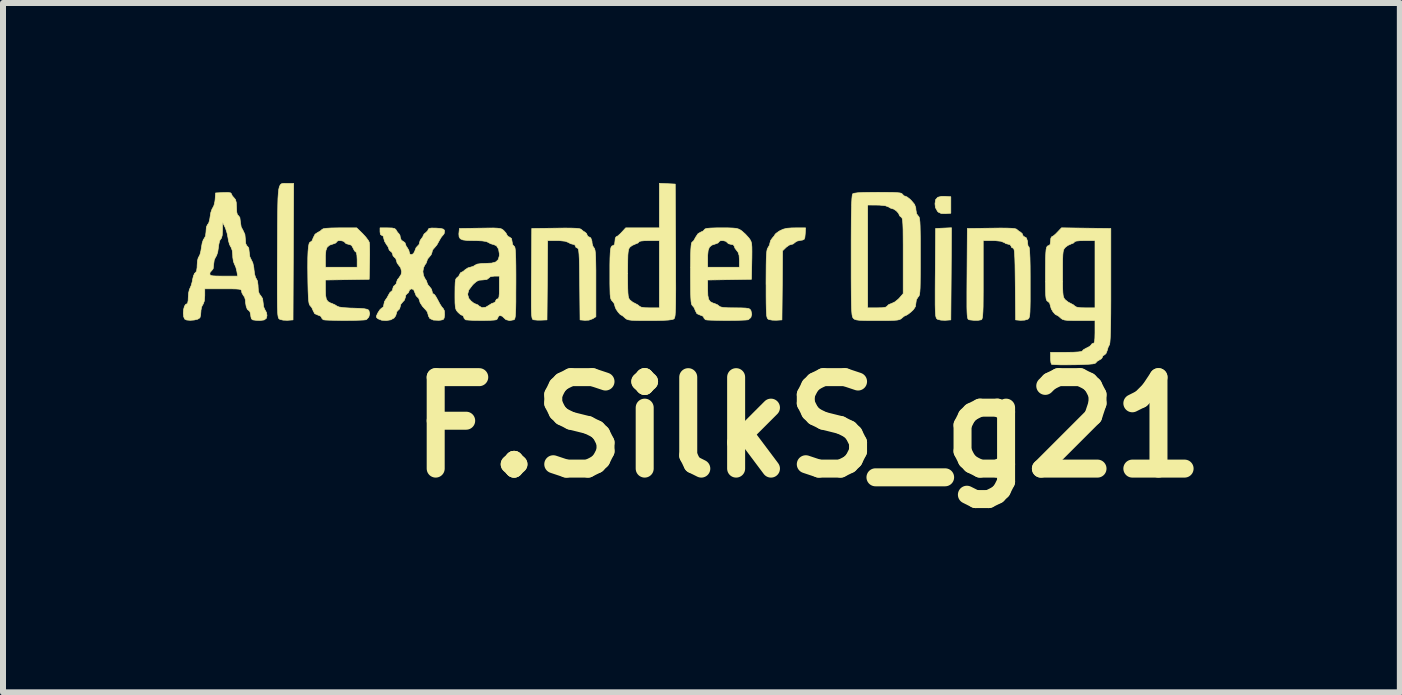
<source format=kicad_pcb>
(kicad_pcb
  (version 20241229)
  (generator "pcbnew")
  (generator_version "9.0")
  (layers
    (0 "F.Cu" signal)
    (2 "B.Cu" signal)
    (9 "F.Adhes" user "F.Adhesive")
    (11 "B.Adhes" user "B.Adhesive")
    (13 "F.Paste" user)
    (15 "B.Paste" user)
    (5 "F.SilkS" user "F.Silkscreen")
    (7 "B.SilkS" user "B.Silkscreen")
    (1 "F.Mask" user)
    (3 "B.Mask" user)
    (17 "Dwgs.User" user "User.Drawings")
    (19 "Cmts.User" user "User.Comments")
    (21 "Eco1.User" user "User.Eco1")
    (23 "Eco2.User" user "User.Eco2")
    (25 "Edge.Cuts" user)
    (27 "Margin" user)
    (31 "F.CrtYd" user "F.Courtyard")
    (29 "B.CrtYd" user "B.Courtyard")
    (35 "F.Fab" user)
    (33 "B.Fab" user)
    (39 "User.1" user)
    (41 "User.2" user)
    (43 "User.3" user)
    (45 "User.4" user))
  (footprint "F.SilkS_g21"
    (layer "F.Cu")
    (at 10.417 4.071)
    (property "Reference" "F.SilkS_g21" (at 0 0 0) (layer "F.SilkS") (effects (font (size 1.524 1.524) (thickness 0.3))))
    (attr through_hole)
    (fp_poly (pts (xy 2.292 -3.848) (xy 2.381 -3.842) (xy 2.381 -3.567) (xy 2.292 -3.56) (xy 2.222 -3.562) (xy 2.173 -3.585) (xy 2.16 -3.597) (xy 2.124 -3.662) (xy 2.117 -3.725) (xy 2.127 -3.793) (xy 2.163 -3.833) (xy 2.228 -3.849) (xy 2.292 -3.848)) (stroke (width 0.01) (type solid)) (fill yes) (layer "F.SilkS"))
    (fp_poly (pts (xy 2.387 -2.557) (xy 2.381 -1.789) (xy 2.286 -1.782) (xy 2.216 -1.785) (xy 2.162 -1.798) (xy 2.153 -1.804) (xy 2.143 -1.813) (xy 2.136 -1.829) (xy 2.129 -1.856) (xy 2.125 -1.897) (xy 2.122 -1.958) (xy 2.12 -2.042) (xy 2.12 -2.153) (xy 2.12 -2.296) (xy 2.121 -2.476) (xy 2.122 -2.572) (xy 2.127 -3.313) (xy 2.26 -3.319) (xy 2.392 -3.325) (xy 2.387 -2.557)) (stroke (width 0.01) (type solid)) (fill yes) (layer "F.SilkS"))
    (fp_poly (pts (xy -8.698 -4.064) (xy -8.673 -4.064) (xy -8.572 -4.064) (xy -8.578 -2.926) (xy -8.583 -1.789) (xy -8.678 -1.782) (xy -8.749 -1.785) (xy -8.802 -1.798) (xy -8.811 -1.804) (xy -8.82 -1.812) (xy -8.827 -1.825) (xy -8.832 -1.848) (xy -8.837 -1.882) (xy -8.84 -1.932) (xy -8.843 -2.002) (xy -8.844 -2.094) (xy -8.845 -2.212) (xy -8.845 -2.36) (xy -8.845 -2.541) (xy -8.844 -2.758) (xy -8.843 -2.927) (xy -8.842 -3.176) (xy -8.841 -3.386) (xy -8.839 -3.56) (xy -8.837 -3.701) (xy -8.834 -3.814) (xy -8.828 -3.9) (xy -8.821 -3.965) (xy -8.81 -4.01) (xy -8.796 -4.039) (xy -8.779 -4.056) (xy -8.757 -4.063) (xy -8.73 -4.065) (xy -8.698 -4.064)) (stroke (width 0.01) (type solid)) (fill yes) (layer "F.SilkS"))
    (fp_poly (pts (xy -0.046 -3.223) (xy -0.052 -3.162) (xy -0.065 -3.131) (xy -0.094 -3.119) (xy -0.127 -3.115) (xy -0.182 -3.102) (xy -0.216 -3.081) (xy -0.218 -3.078) (xy -0.251 -3.053) (xy -0.275 -3.048) (xy -0.317 -3.034) (xy -0.364 -2.999) (xy -0.369 -2.994) (xy -0.423 -2.941) (xy -0.428 -2.365) (xy -0.434 -1.789) (xy -0.529 -1.783) (xy -0.596 -1.785) (xy -0.649 -1.795) (xy -0.661 -1.8) (xy -0.673 -1.81) (xy -0.681 -1.827) (xy -0.688 -1.857) (xy -0.692 -1.905) (xy -0.695 -1.974) (xy -0.697 -2.071) (xy -0.698 -2.199) (xy -0.698 -2.365) (xy -0.699 -2.391) (xy -0.698 -2.566) (xy -0.697 -2.703) (xy -0.695 -2.807) (xy -0.691 -2.883) (xy -0.686 -2.935) (xy -0.679 -2.968) (xy -0.67 -2.988) (xy -0.667 -2.992) (xy -0.64 -3.039) (xy -0.635 -3.068) (xy -0.621 -3.115) (xy -0.593 -3.154) (xy -0.562 -3.19) (xy -0.55 -3.212) (xy -0.533 -3.231) (xy -0.491 -3.261) (xy -0.467 -3.276) (xy -0.412 -3.301) (xy -0.353 -3.316) (xy -0.274 -3.322) (xy -0.212 -3.323) (xy -0.04 -3.323) (xy -0.046 -3.223)) (stroke (width 0.01) (type solid)) (fill yes) (layer "F.SilkS"))
    (fp_poly (pts (xy -3.944 -3.319) (xy -3.866 -3.316) (xy -3.816 -3.311) (xy -3.787 -3.303) (xy -3.778 -3.296) (xy -3.74 -3.264) (xy -3.72 -3.254) (xy -3.689 -3.227) (xy -3.683 -3.207) (xy -3.667 -3.179) (xy -3.654 -3.175) (xy -3.62 -3.156) (xy -3.601 -3.104) (xy -3.598 -3.066) (xy -3.584 -3.016) (xy -3.567 -2.992) (xy -3.557 -2.976) (xy -3.549 -2.948) (xy -3.543 -2.903) (xy -3.539 -2.835) (xy -3.537 -2.741) (xy -3.535 -2.615) (xy -3.535 -2.453) (xy -3.535 -2.401) (xy -3.535 -1.842) (xy -3.586 -1.809) (xy -3.651 -1.785) (xy -3.718 -1.782) (xy -3.799 -1.789) (xy -3.805 -2.387) (xy -3.807 -2.564) (xy -3.809 -2.703) (xy -3.812 -2.809) (xy -3.816 -2.885) (xy -3.821 -2.936) (xy -3.827 -2.967) (xy -3.835 -2.982) (xy -3.842 -2.985) (xy -3.87 -3.001) (xy -3.873 -3.016) (xy -3.891 -3.043) (xy -3.912 -3.048) (xy -3.959 -3.06) (xy -3.991 -3.079) (xy -4.045 -3.1) (xy -4.139 -3.11) (xy -4.185 -3.111) (xy -4.339 -3.111) (xy -4.344 -2.45) (xy -4.35 -1.789) (xy -4.445 -1.785) (xy -4.512 -1.785) (xy -4.566 -1.79) (xy -4.578 -1.792) (xy -4.587 -1.797) (xy -4.595 -1.809) (xy -4.601 -1.831) (xy -4.606 -1.869) (xy -4.609 -1.925) (xy -4.611 -2.005) (xy -4.611 -2.112) (xy -4.611 -2.251) (xy -4.61 -2.425) (xy -4.609 -2.557) (xy -4.604 -3.313) (xy -4.202 -3.318) (xy -4.054 -3.32) (xy -3.944 -3.319)) (stroke (width 0.01) (type solid)) (fill yes) (layer "F.SilkS"))
    (fp_poly (pts (xy 3.316 -3.319) (xy 3.394 -3.316) (xy 3.444 -3.311) (xy 3.473 -3.303) (xy 3.482 -3.296) (xy 3.52 -3.264) (xy 3.54 -3.254) (xy 3.571 -3.227) (xy 3.577 -3.207) (xy 3.593 -3.179) (xy 3.607 -3.175) (xy 3.64 -3.156) (xy 3.659 -3.102) (xy 3.662 -3.057) (xy 3.669 -3.018) (xy 3.683 -3.006) (xy 3.69 -2.985) (xy 3.695 -2.923) (xy 3.7 -2.822) (xy 3.703 -2.684) (xy 3.704 -2.509) (xy 3.704 -2.414) (xy 3.704 -2.24) (xy 3.704 -2.104) (xy 3.702 -2) (xy 3.7 -1.925) (xy 3.696 -1.872) (xy 3.69 -1.838) (xy 3.682 -1.818) (xy 3.672 -1.806) (xy 3.661 -1.799) (xy 3.611 -1.785) (xy 3.546 -1.782) (xy 3.539 -1.782) (xy 3.461 -1.789) (xy 3.455 -2.387) (xy 3.453 -2.564) (xy 3.451 -2.703) (xy 3.448 -2.809) (xy 3.444 -2.885) (xy 3.44 -2.936) (xy 3.433 -2.967) (xy 3.425 -2.982) (xy 3.418 -2.985) (xy 3.39 -3.001) (xy 3.387 -3.016) (xy 3.369 -3.043) (xy 3.348 -3.048) (xy 3.301 -3.06) (xy 3.269 -3.079) (xy 3.215 -3.1) (xy 3.121 -3.11) (xy 3.074 -3.111) (xy 2.921 -3.111) (xy 2.921 -2.458) (xy 2.921 -2.272) (xy 2.92 -2.125) (xy 2.919 -2.011) (xy 2.916 -1.926) (xy 2.912 -1.866) (xy 2.907 -1.827) (xy 2.9 -1.804) (xy 2.892 -1.793) (xy 2.888 -1.791) (xy 2.836 -1.782) (xy 2.765 -1.782) (xy 2.697 -1.789) (xy 2.683 -1.793) (xy 2.673 -1.797) (xy 2.665 -1.809) (xy 2.659 -1.831) (xy 2.654 -1.869) (xy 2.651 -1.925) (xy 2.649 -2.005) (xy 2.649 -2.112) (xy 2.649 -2.25) (xy 2.65 -2.424) (xy 2.651 -2.557) (xy 2.656 -3.313) (xy 3.059 -3.318) (xy 3.206 -3.32) (xy 3.316 -3.319)) (stroke (width 0.01) (type solid)) (fill yes) (layer "F.SilkS"))
    (fp_poly (pts (xy -2.212 -4.053) (xy -2.206 -2.942) (xy -2.205 -2.696) (xy -2.205 -2.489) (xy -2.204 -2.317) (xy -2.205 -2.177) (xy -2.206 -2.066) (xy -2.208 -1.98) (xy -2.211 -1.916) (xy -2.214 -1.87) (xy -2.219 -1.839) (xy -2.225 -1.82) (xy -2.232 -1.808) (xy -2.237 -1.804) (xy -2.268 -1.794) (xy -2.33 -1.786) (xy -2.425 -1.781) (xy -2.558 -1.778) (xy -2.639 -1.778) (xy -2.773 -1.778) (xy -2.871 -1.78) (xy -2.94 -1.783) (xy -2.986 -1.789) (xy -3.017 -1.798) (xy -3.037 -1.811) (xy -3.048 -1.82) (xy -3.082 -1.851) (xy -3.1 -1.863) (xy -3.129 -1.879) (xy -3.165 -1.919) (xy -3.198 -1.967) (xy -3.216 -2.009) (xy -3.217 -2.018) (xy -3.233 -2.067) (xy -3.26 -2.101) (xy -3.274 -2.116) (xy -3.285 -2.137) (xy -3.293 -2.168) (xy -3.298 -2.218) (xy -3.3 -2.291) (xy -3.302 -2.393) (xy -3.302 -2.531) (xy -3.302 -2.549) (xy -3.302 -2.561) (xy -3.006 -2.561) (xy -3.005 -2.42) (xy -3.004 -2.315) (xy -3.001 -2.24) (xy -2.996 -2.188) (xy -2.988 -2.155) (xy -2.977 -2.133) (xy -2.965 -2.119) (xy -2.918 -2.082) (xy -2.883 -2.065) (xy -2.835 -2.039) (xy -2.814 -2.021) (xy -2.782 -2.002) (xy -2.72 -1.992) (xy -2.633 -1.99) (xy -2.477 -1.99) (xy -2.477 -3.111) (xy -2.646 -3.111) (xy -2.728 -3.109) (xy -2.787 -3.103) (xy -2.814 -3.093) (xy -2.815 -3.091) (xy -2.833 -3.071) (xy -2.871 -3.056) (xy -2.93 -3.03) (xy -2.966 -3.003) (xy -2.98 -2.985) (xy -2.99 -2.961) (xy -2.997 -2.923) (xy -3.002 -2.867) (xy -3.004 -2.784) (xy -3.005 -2.67) (xy -3.006 -2.561) (xy -3.302 -2.561) (xy -3.302 -2.704) (xy -3.3 -2.822) (xy -3.296 -2.907) (xy -3.291 -2.965) (xy -3.282 -3.001) (xy -3.269 -3.02) (xy -3.253 -3.027) (xy -3.247 -3.027) (xy -3.224 -3.046) (xy -3.217 -3.101) (xy -3.212 -3.15) (xy -3.198 -3.174) (xy -3.196 -3.175) (xy -3.169 -3.189) (xy -3.128 -3.226) (xy -3.106 -3.249) (xy -3.038 -3.323) (xy -2.477 -3.323) (xy -2.477 -4.066) (xy -2.212 -4.053)) (stroke (width 0.01) (type solid)) (fill yes) (layer "F.SilkS"))
    (fp_poly (pts (xy -7.422 -3.226) (xy -7.369 -3.168) (xy -7.329 -3.115) (xy -7.312 -3.083) (xy -7.308 -3.045) (xy -7.306 -2.975) (xy -7.305 -2.881) (xy -7.307 -2.773) (xy -7.307 -2.752) (xy -7.313 -2.466) (xy -8.043 -2.454) (xy -8.043 -2.295) (xy -8.04 -2.199) (xy -8.028 -2.136) (xy -8.003 -2.097) (xy -7.96 -2.072) (xy -7.937 -2.064) (xy -7.883 -2.04) (xy -7.852 -2.02) (xy -7.814 -2.004) (xy -7.738 -1.993) (xy -7.623 -1.986) (xy -7.579 -1.985) (xy -7.47 -1.981) (xy -7.395 -1.975) (xy -7.349 -1.966) (xy -7.324 -1.953) (xy -7.318 -1.945) (xy -7.305 -1.892) (xy -7.32 -1.837) (xy -7.356 -1.797) (xy -7.371 -1.791) (xy -7.409 -1.787) (xy -7.478 -1.784) (xy -7.571 -1.781) (xy -7.676 -1.78) (xy -7.785 -1.78) (xy -7.89 -1.782) (xy -7.98 -1.784) (xy -8.046 -1.787) (xy -8.08 -1.792) (xy -8.08 -1.792) (xy -8.105 -1.819) (xy -8.107 -1.83) (xy -8.125 -1.853) (xy -8.169 -1.87) (xy -8.17 -1.87) (xy -8.222 -1.893) (xy -8.247 -1.941) (xy -8.27 -1.994) (xy -8.296 -2.025) (xy -8.307 -2.039) (xy -8.316 -2.066) (xy -8.323 -2.112) (xy -8.328 -2.181) (xy -8.332 -2.279) (xy -8.335 -2.411) (xy -8.336 -2.48) (xy -8.338 -2.666) (xy -8.337 -2.814) (xy -8.337 -2.822) (xy -8.043 -2.822) (xy -8.043 -2.667) (xy -7.514 -2.667) (xy -7.514 -2.794) (xy -7.518 -2.866) (xy -7.527 -2.91) (xy -7.536 -2.921) (xy -7.558 -2.939) (xy -7.58 -2.982) (xy -7.581 -2.985) (xy -7.608 -3.033) (xy -7.65 -3.048) (xy -7.654 -3.048) (xy -7.699 -3.06) (xy -7.718 -3.08) (xy -7.742 -3.1) (xy -7.784 -3.11) (xy -7.827 -3.11) (xy -7.851 -3.097) (xy -7.853 -3.091) (xy -7.871 -3.071) (xy -7.911 -3.056) (xy -7.974 -3.035) (xy -8.014 -3.001) (xy -8.035 -2.946) (xy -8.043 -2.862) (xy -8.043 -2.822) (xy -8.337 -2.822) (xy -8.333 -2.926) (xy -8.326 -3.006) (xy -8.316 -3.058) (xy -8.302 -3.084) (xy -8.288 -3.09) (xy -8.265 -3.109) (xy -8.248 -3.153) (xy -8.248 -3.154) (xy -8.216 -3.217) (xy -8.176 -3.244) (xy -8.128 -3.271) (xy -8.1 -3.296) (xy -8.079 -3.308) (xy -8.029 -3.316) (xy -7.947 -3.321) (xy -7.828 -3.323) (xy -7.802 -3.323) (xy -7.521 -3.323) (xy -7.422 -3.226)) (stroke (width 0.01) (type solid)) (fill yes) (layer "F.SilkS"))
    (fp_poly (pts (xy -1.331 -3.323) (xy -1.251 -3.32) (xy -1.196 -3.315) (xy -1.158 -3.304) (xy -1.126 -3.288) (xy -1.103 -3.272) (xy -1.042 -3.218) (xy -0.986 -3.156) (xy -0.982 -3.151) (xy -0.962 -3.122) (xy -0.948 -3.093) (xy -0.939 -3.056) (xy -0.935 -3.004) (xy -0.934 -2.928) (xy -0.935 -2.82) (xy -0.936 -2.773) (xy -0.942 -2.466) (xy -1.672 -2.454) (xy -1.672 -2.295) (xy -1.669 -2.197) (xy -1.656 -2.133) (xy -1.629 -2.093) (xy -1.584 -2.07) (xy -1.559 -2.063) (xy -1.508 -2.041) (xy -1.48 -2.019) (xy -1.456 -2.005) (xy -1.409 -1.996) (xy -1.332 -1.991) (xy -1.218 -1.99) (xy -1.215 -1.99) (xy -1.111 -1.989) (xy -1.04 -1.986) (xy -0.996 -1.98) (xy -0.971 -1.97) (xy -0.956 -1.953) (xy -0.951 -1.945) (xy -0.937 -1.884) (xy -0.952 -1.829) (xy -0.992 -1.794) (xy -1 -1.791) (xy -1.038 -1.787) (xy -1.107 -1.784) (xy -1.199 -1.781) (xy -1.305 -1.78) (xy -1.414 -1.78) (xy -1.519 -1.782) (xy -1.609 -1.784) (xy -1.675 -1.787) (xy -1.709 -1.792) (xy -1.709 -1.792) (xy -1.734 -1.819) (xy -1.736 -1.83) (xy -1.754 -1.853) (xy -1.798 -1.87) (xy -1.799 -1.87) (xy -1.851 -1.893) (xy -1.876 -1.941) (xy -1.898 -1.994) (xy -1.924 -2.025) (xy -1.935 -2.038) (xy -1.943 -2.061) (xy -1.949 -2.101) (xy -1.953 -2.161) (xy -1.956 -2.247) (xy -1.957 -2.365) (xy -1.958 -2.518) (xy -1.958 -2.563) (xy -1.957 -2.732) (xy -1.956 -2.822) (xy -1.672 -2.822) (xy -1.672 -2.667) (xy -1.143 -2.667) (xy -1.143 -2.783) (xy -1.148 -2.864) (xy -1.165 -2.916) (xy -1.185 -2.942) (xy -1.217 -2.984) (xy -1.228 -3.016) (xy -1.246 -3.042) (xy -1.281 -3.048) (xy -1.326 -3.059) (xy -1.347 -3.08) (xy -1.371 -3.1) (xy -1.413 -3.11) (xy -1.455 -3.11) (xy -1.48 -3.097) (xy -1.482 -3.091) (xy -1.5 -3.071) (xy -1.54 -3.056) (xy -1.603 -3.035) (xy -1.643 -3.001) (xy -1.664 -2.946) (xy -1.672 -2.862) (xy -1.672 -2.822) (xy -1.956 -2.822) (xy -1.956 -2.863) (xy -1.953 -2.959) (xy -1.948 -3.025) (xy -1.942 -3.065) (xy -1.934 -3.084) (xy -1.931 -3.085) (xy -1.905 -3.109) (xy -1.878 -3.157) (xy -1.874 -3.166) (xy -1.833 -3.226) (xy -1.792 -3.25) (xy -1.747 -3.271) (xy -1.727 -3.293) (xy -1.714 -3.306) (xy -1.68 -3.315) (xy -1.62 -3.32) (xy -1.528 -3.323) (xy -1.444 -3.323) (xy -1.331 -3.323)) (stroke (width 0.01) (type solid)) (fill yes) (layer "F.SilkS"))
    (fp_poly (pts (xy 1.308 -3.915) (xy 1.413 -3.914) (xy 1.486 -3.91) (xy 1.534 -3.905) (xy 1.561 -3.897) (xy 1.573 -3.886) (xy 1.574 -3.884) (xy 1.602 -3.856) (xy 1.619 -3.852) (xy 1.652 -3.838) (xy 1.699 -3.802) (xy 1.725 -3.776) (xy 1.776 -3.715) (xy 1.797 -3.658) (xy 1.799 -3.625) (xy 1.811 -3.557) (xy 1.836 -3.523) (xy 1.847 -3.512) (xy 1.855 -3.495) (xy 1.861 -3.465) (xy 1.866 -3.419) (xy 1.869 -3.353) (xy 1.871 -3.261) (xy 1.873 -3.139) (xy 1.873 -2.983) (xy 1.873 -2.847) (xy 1.873 -2.663) (xy 1.872 -2.517) (xy 1.871 -2.404) (xy 1.869 -2.32) (xy 1.865 -2.259) (xy 1.86 -2.219) (xy 1.853 -2.193) (xy 1.844 -2.178) (xy 1.836 -2.171) (xy 1.807 -2.125) (xy 1.799 -2.069) (xy 1.791 -2.012) (xy 1.76 -1.963) (xy 1.724 -1.928) (xy 1.676 -1.889) (xy 1.639 -1.866) (xy 1.629 -1.863) (xy 1.6 -1.849) (xy 1.566 -1.82) (xy 1.548 -1.805) (xy 1.524 -1.794) (xy 1.488 -1.786) (xy 1.434 -1.782) (xy 1.354 -1.779) (xy 1.242 -1.778) (xy 1.157 -1.778) (xy 1.022 -1.778) (xy 0.924 -1.78) (xy 0.854 -1.783) (xy 0.808 -1.789) (xy 0.779 -1.798) (xy 0.76 -1.811) (xy 0.755 -1.817) (xy 0.747 -1.829) (xy 0.74 -1.848) (xy 0.734 -1.879) (xy 0.73 -1.924) (xy 0.726 -1.987) (xy 0.726 -1.99) (xy 0.995 -1.99) (xy 1.151 -1.99) (xy 1.24 -1.992) (xy 1.294 -2.001) (xy 1.318 -2.016) (xy 1.319 -2.019) (xy 1.346 -2.045) (xy 1.393 -2.063) (xy 1.445 -2.087) (xy 1.502 -2.132) (xy 1.521 -2.151) (xy 1.587 -2.227) (xy 1.587 -2.857) (xy 1.587 -3.04) (xy 1.586 -3.185) (xy 1.585 -3.296) (xy 1.582 -3.378) (xy 1.578 -3.435) (xy 1.572 -3.472) (xy 1.565 -3.492) (xy 1.556 -3.5) (xy 1.528 -3.523) (xy 1.524 -3.534) (xy 1.508 -3.568) (xy 1.472 -3.607) (xy 1.431 -3.635) (xy 1.412 -3.641) (xy 1.374 -3.653) (xy 1.343 -3.672) (xy 1.289 -3.692) (xy 1.195 -3.702) (xy 1.148 -3.703) (xy 0.995 -3.704) (xy 0.995 -1.99) (xy 0.726 -1.99) (xy 0.724 -2.071) (xy 0.722 -2.182) (xy 0.721 -2.321) (xy 0.72 -2.493) (xy 0.72 -2.701) (xy 0.72 -2.86) (xy 0.72 -3.109) (xy 0.721 -3.318) (xy 0.722 -3.491) (xy 0.725 -3.628) (xy 0.728 -3.734) (xy 0.732 -3.811) (xy 0.737 -3.86) (xy 0.743 -3.886) (xy 0.745 -3.89) (xy 0.771 -3.9) (xy 0.829 -3.908) (xy 0.921 -3.913) (xy 1.051 -3.915) (xy 1.166 -3.916) (xy 1.308 -3.915)) (stroke (width 0.01) (type solid)) (fill yes) (layer "F.SilkS"))
    (fp_poly (pts (xy 4.637 -3.318) (xy 5.048 -3.313) (xy 5.048 -2.358) (xy 5.048 -2.107) (xy 5.047 -1.896) (xy 5.045 -1.724) (xy 5.042 -1.589) (xy 5.038 -1.488) (xy 5.033 -1.419) (xy 5.028 -1.382) (xy 5.024 -1.374) (xy 5.003 -1.333) (xy 4.986 -1.275) (xy 4.986 -1.275) (xy 4.967 -1.228) (xy 4.943 -1.207) (xy 4.941 -1.206) (xy 4.914 -1.189) (xy 4.911 -1.174) (xy 4.893 -1.143) (xy 4.86 -1.123) (xy 4.818 -1.098) (xy 4.8 -1.076) (xy 4.786 -1.065) (xy 4.749 -1.056) (xy 4.683 -1.05) (xy 4.586 -1.045) (xy 4.451 -1.041) (xy 4.432 -1.041) (xy 4.313 -1.04) (xy 4.209 -1.04) (xy 4.127 -1.043) (xy 4.074 -1.046) (xy 4.058 -1.05) (xy 4.049 -1.079) (xy 4.043 -1.134) (xy 4.043 -1.157) (xy 4.043 -1.249) (xy 4.307 -1.249) (xy 4.42 -1.25) (xy 4.505 -1.255) (xy 4.557 -1.262) (xy 4.572 -1.27) (xy 4.59 -1.291) (xy 4.633 -1.316) (xy 4.646 -1.322) (xy 4.694 -1.347) (xy 4.719 -1.37) (xy 4.72 -1.375) (xy 4.737 -1.394) (xy 4.752 -1.397) (xy 4.767 -1.404) (xy 4.777 -1.432) (xy 4.782 -1.486) (xy 4.784 -1.574) (xy 4.784 -1.587) (xy 4.784 -1.778) (xy 4.519 -1.778) (xy 4.407 -1.779) (xy 4.329 -1.781) (xy 4.277 -1.787) (xy 4.244 -1.797) (xy 4.22 -1.813) (xy 4.212 -1.82) (xy 4.177 -1.851) (xy 4.157 -1.863) (xy 4.123 -1.88) (xy 4.085 -1.922) (xy 4.055 -1.973) (xy 4.043 -2.015) (xy 4.027 -2.072) (xy 4 -2.095) (xy 3.986 -2.105) (xy 3.975 -2.121) (xy 3.968 -2.149) (xy 3.963 -2.194) (xy 3.96 -2.262) (xy 3.959 -2.359) (xy 3.958 -2.491) (xy 3.958 -2.539) (xy 3.958 -2.561) (xy 4.244 -2.561) (xy 4.244 -2.561) (xy 4.244 -2.423) (xy 4.245 -2.321) (xy 4.248 -2.248) (xy 4.253 -2.198) (xy 4.261 -2.166) (xy 4.273 -2.143) (xy 4.288 -2.125) (xy 4.289 -2.124) (xy 4.337 -2.086) (xy 4.377 -2.065) (xy 4.426 -2.039) (xy 4.446 -2.021) (xy 4.478 -2.002) (xy 4.54 -1.992) (xy 4.628 -1.99) (xy 4.784 -1.99) (xy 4.784 -3.111) (xy 4.614 -3.111) (xy 4.533 -3.109) (xy 4.473 -3.103) (xy 4.446 -3.093) (xy 4.445 -3.091) (xy 4.427 -3.071) (xy 4.389 -3.056) (xy 4.331 -3.03) (xy 4.288 -2.997) (xy 4.273 -2.979) (xy 4.261 -2.957) (xy 4.253 -2.924) (xy 4.248 -2.875) (xy 4.245 -2.802) (xy 4.244 -2.7) (xy 4.244 -2.561) (xy 3.958 -2.561) (xy 3.959 -2.696) (xy 3.96 -2.815) (xy 3.964 -2.903) (xy 3.969 -2.962) (xy 3.978 -2.999) (xy 3.99 -3.019) (xy 4.006 -3.026) (xy 4.013 -3.027) (xy 4.036 -3.046) (xy 4.043 -3.101) (xy 4.048 -3.15) (xy 4.061 -3.174) (xy 4.064 -3.175) (xy 4.09 -3.189) (xy 4.132 -3.225) (xy 4.156 -3.25) (xy 4.226 -3.324) (xy 4.637 -3.318)) (stroke (width 0.01) (type solid)) (fill yes) (layer "F.SilkS"))
    (fp_poly (pts (xy -5.178 -3.318) (xy -5.134 -3.313) (xy -5.105 -3.304) (xy -5.084 -3.29) (xy -5.068 -3.276) (xy -5.033 -3.236) (xy -5.017 -3.205) (xy -5.017 -3.204) (xy -4.999 -3.18) (xy -4.974 -3.169) (xy -4.941 -3.145) (xy -4.932 -3.095) (xy -4.922 -3.043) (xy -4.9 -3.019) (xy -4.891 -3.011) (xy -4.883 -2.99) (xy -4.878 -2.952) (xy -4.874 -2.894) (xy -4.871 -2.81) (xy -4.869 -2.696) (xy -4.868 -2.548) (xy -4.868 -2.405) (xy -4.869 -2.228) (xy -4.869 -2.089) (xy -4.871 -1.982) (xy -4.874 -1.905) (xy -4.878 -1.852) (xy -4.884 -1.818) (xy -4.892 -1.799) (xy -4.901 -1.791) (xy -4.902 -1.791) (xy -4.973 -1.778) (xy -5.034 -1.793) (xy -5.064 -1.82) (xy -5.096 -1.851) (xy -5.134 -1.862) (xy -5.16 -1.85) (xy -5.165 -1.833) (xy -5.182 -1.801) (xy -5.198 -1.791) (xy -5.233 -1.786) (xy -5.299 -1.782) (xy -5.385 -1.78) (xy -5.479 -1.78) (xy -5.57 -1.781) (xy -5.646 -1.785) (xy -5.697 -1.789) (xy -5.71 -1.792) (xy -5.734 -1.82) (xy -5.736 -1.833) (xy -5.75 -1.86) (xy -5.76 -1.863) (xy -5.79 -1.877) (xy -5.83 -1.912) (xy -5.834 -1.917) (xy -5.856 -1.942) (xy -5.87 -1.971) (xy -5.878 -2.011) (xy -5.883 -2.071) (xy -5.884 -2.16) (xy -5.884 -2.215) (xy -5.673 -2.215) (xy -5.653 -2.148) (xy -5.617 -2.105) (xy -5.573 -2.07) (xy -5.538 -2.053) (xy -5.535 -2.053) (xy -5.5 -2.038) (xy -5.482 -2.021) (xy -5.434 -1.993) (xy -5.372 -2) (xy -5.319 -2.032) (xy -5.272 -2.062) (xy -5.236 -2.074) (xy -5.236 -2.074) (xy -5.21 -2.091) (xy -5.207 -2.106) (xy -5.19 -2.134) (xy -5.175 -2.138) (xy -5.16 -2.145) (xy -5.15 -2.172) (xy -5.145 -2.226) (xy -5.144 -2.314) (xy -5.144 -2.328) (xy -5.144 -2.519) (xy -5.226 -2.519) (xy -5.292 -2.51) (xy -5.32 -2.487) (xy -5.352 -2.463) (xy -5.421 -2.455) (xy -5.479 -2.451) (xy -5.524 -2.431) (xy -5.574 -2.388) (xy -5.591 -2.37) (xy -5.653 -2.288) (xy -5.673 -2.215) (xy -5.884 -2.215) (xy -5.884 -2.224) (xy -5.883 -2.336) (xy -5.88 -2.412) (xy -5.873 -2.459) (xy -5.862 -2.483) (xy -5.853 -2.49) (xy -5.821 -2.518) (xy -5.81 -2.542) (xy -5.791 -2.575) (xy -5.777 -2.582) (xy -5.749 -2.596) (xy -5.715 -2.625) (xy -5.668 -2.656) (xy -5.629 -2.667) (xy -5.578 -2.682) (xy -5.553 -2.699) (xy -5.513 -2.719) (xy -5.44 -2.729) (xy -5.375 -2.731) (xy -5.271 -2.736) (xy -5.202 -2.756) (xy -5.162 -2.795) (xy -5.145 -2.856) (xy -5.144 -2.891) (xy -5.157 -2.969) (xy -5.192 -3.024) (xy -5.245 -3.048) (xy -5.252 -3.048) (xy -5.293 -3.06) (xy -5.325 -3.079) (xy -5.364 -3.096) (xy -5.431 -3.106) (xy -5.533 -3.111) (xy -5.57 -3.111) (xy -5.678 -3.113) (xy -5.752 -3.122) (xy -5.795 -3.141) (xy -5.815 -3.174) (xy -5.819 -3.222) (xy -5.817 -3.242) (xy -5.81 -3.313) (xy -5.465 -3.318) (xy -5.336 -3.32) (xy -5.243 -3.321) (xy -5.178 -3.318)) (stroke (width 0.01) (type solid)) (fill yes) (layer "F.SilkS"))
    (fp_poly (pts (xy -6.931 -3.321) (xy -6.888 -3.311) (xy -6.867 -3.293) (xy -6.864 -3.286) (xy -6.838 -3.245) (xy -6.823 -3.232) (xy -6.801 -3.2) (xy -6.795 -3.165) (xy -6.778 -3.117) (xy -6.752 -3.101) (xy -6.718 -3.077) (xy -6.71 -3.056) (xy -6.696 -3.015) (xy -6.678 -2.992) (xy -6.652 -2.947) (xy -6.646 -2.919) (xy -6.634 -2.884) (xy -6.607 -2.876) (xy -6.575 -2.895) (xy -6.553 -2.937) (xy -6.551 -2.944) (xy -6.532 -2.993) (xy -6.507 -3.02) (xy -6.507 -3.02) (xy -6.481 -3.048) (xy -6.477 -3.07) (xy -6.463 -3.116) (xy -6.445 -3.14) (xy -6.419 -3.176) (xy -6.413 -3.194) (xy -6.397 -3.222) (xy -6.371 -3.243) (xy -6.338 -3.275) (xy -6.329 -3.298) (xy -6.317 -3.313) (xy -6.275 -3.32) (xy -6.199 -3.319) (xy -6.197 -3.319) (xy -6.122 -3.313) (xy -6.08 -3.303) (xy -6.061 -3.286) (xy -6.057 -3.272) (xy -6.064 -3.227) (xy -6.078 -3.208) (xy -6.109 -3.172) (xy -6.133 -3.133) (xy -6.185 -3.039) (xy -6.23 -2.985) (xy -6.239 -2.978) (xy -6.261 -2.945) (xy -6.265 -2.92) (xy -6.281 -2.875) (xy -6.308 -2.842) (xy -6.34 -2.804) (xy -6.35 -2.775) (xy -6.363 -2.736) (xy -6.384 -2.707) (xy -6.407 -2.661) (xy -6.418 -2.599) (xy -6.418 -2.593) (xy -6.409 -2.531) (xy -6.386 -2.482) (xy -6.384 -2.479) (xy -6.357 -2.437) (xy -6.35 -2.411) (xy -6.335 -2.375) (xy -6.308 -2.344) (xy -6.275 -2.301) (xy -6.265 -2.265) (xy -6.257 -2.231) (xy -6.245 -2.223) (xy -6.229 -2.214) (xy -6.206 -2.185) (xy -6.174 -2.128) (xy -6.134 -2.053) (xy -6.104 -2.006) (xy -6.079 -1.978) (xy -6.06 -1.94) (xy -6.057 -1.872) (xy -6.064 -1.82) (xy -6.081 -1.794) (xy -6.122 -1.785) (xy -6.153 -1.782) (xy -6.243 -1.786) (xy -6.302 -1.812) (xy -6.328 -1.858) (xy -6.329 -1.869) (xy -6.344 -1.921) (xy -6.366 -1.951) (xy -6.424 -2.014) (xy -6.464 -2.075) (xy -6.477 -2.119) (xy -6.492 -2.156) (xy -6.507 -2.166) (xy -6.532 -2.193) (xy -6.551 -2.242) (xy -6.551 -2.242) (xy -6.573 -2.293) (xy -6.606 -2.307) (xy -6.639 -2.293) (xy -6.646 -2.275) (xy -6.663 -2.239) (xy -6.678 -2.23) (xy -6.703 -2.202) (xy -6.71 -2.167) (xy -6.727 -2.117) (xy -6.752 -2.091) (xy -6.786 -2.05) (xy -6.795 -2.016) (xy -6.807 -1.973) (xy -6.826 -1.955) (xy -6.853 -1.926) (xy -6.858 -1.903) (xy -6.872 -1.858) (xy -6.9 -1.82) (xy -6.955 -1.79) (xy -7.03 -1.778) (xy -7.107 -1.784) (xy -7.165 -1.807) (xy -7.19 -1.828) (xy -7.194 -1.85) (xy -7.178 -1.888) (xy -7.165 -1.913) (xy -7.133 -1.961) (xy -7.103 -1.988) (xy -7.097 -1.99) (xy -7.076 -2.008) (xy -7.07 -2.041) (xy -7.059 -2.093) (xy -7.043 -2.12) (xy -7.015 -2.16) (xy -6.99 -2.207) (xy -6.966 -2.248) (xy -6.943 -2.265) (xy -6.926 -2.283) (xy -6.921 -2.308) (xy -6.908 -2.349) (xy -6.89 -2.363) (xy -6.863 -2.392) (xy -6.858 -2.415) (xy -6.843 -2.459) (xy -6.816 -2.492) (xy -6.782 -2.545) (xy -6.773 -2.593) (xy -6.789 -2.658) (xy -6.816 -2.694) (xy -6.848 -2.737) (xy -6.858 -2.773) (xy -6.872 -2.814) (xy -6.89 -2.829) (xy -6.917 -2.858) (xy -6.921 -2.879) (xy -6.937 -2.917) (xy -6.953 -2.929) (xy -6.981 -2.955) (xy -6.985 -2.97) (xy -6.998 -3.006) (xy -7.027 -3.048) (xy -7.058 -3.1) (xy -7.07 -3.146) (xy -7.081 -3.187) (xy -7.101 -3.196) (xy -7.127 -3.215) (xy -7.133 -3.26) (xy -7.133 -3.323) (xy -7.006 -3.323) (xy -6.931 -3.321)) (stroke (width 0.01) (type solid)) (fill yes) (layer "F.SilkS"))
    (fp_poly (pts (xy -9.623 -3.906) (xy -9.61 -3.891) (xy -9.61 -3.89) (xy -9.595 -3.856) (xy -9.567 -3.825) (xy -9.542 -3.794) (xy -9.529 -3.746) (xy -9.525 -3.669) (xy -9.525 -3.664) (xy -9.521 -3.586) (xy -9.51 -3.542) (xy -9.493 -3.527) (xy -9.469 -3.495) (xy -9.461 -3.428) (xy -9.447 -3.338) (xy -9.419 -3.287) (xy -9.385 -3.214) (xy -9.377 -3.132) (xy -9.371 -3.06) (xy -9.353 -3.024) (xy -9.345 -3.019) (xy -9.321 -2.988) (xy -9.313 -2.918) (xy -9.303 -2.842) (xy -9.278 -2.79) (xy -9.253 -2.74) (xy -9.236 -2.659) (xy -9.233 -2.624) (xy -9.223 -2.55) (xy -9.207 -2.495) (xy -9.194 -2.474) (xy -9.175 -2.436) (xy -9.166 -2.366) (xy -9.165 -2.341) (xy -9.16 -2.265) (xy -9.142 -2.218) (xy -9.123 -2.196) (xy -9.09 -2.145) (xy -9.081 -2.073) (xy -9.073 -2.008) (xy -9.053 -1.961) (xy -9.049 -1.955) (xy -9.025 -1.911) (xy -9.017 -1.862) (xy -9.028 -1.815) (xy -9.065 -1.788) (xy -9.133 -1.779) (xy -9.199 -1.782) (xy -9.253 -1.789) (xy -9.277 -1.808) (xy -9.287 -1.852) (xy -9.288 -1.868) (xy -9.3 -1.923) (xy -9.32 -1.947) (xy -9.323 -1.947) (xy -9.345 -1.966) (xy -9.364 -2.016) (xy -9.375 -2.082) (xy -9.377 -2.121) (xy -9.391 -2.17) (xy -9.409 -2.194) (xy -9.435 -2.239) (xy -9.44 -2.266) (xy -9.443 -2.282) (xy -9.454 -2.293) (xy -9.482 -2.301) (xy -9.531 -2.305) (xy -9.608 -2.307) (xy -9.72 -2.307) (xy -9.747 -2.307) (xy -10.054 -2.307) (xy -10.054 -2.192) (xy -10.061 -2.105) (xy -10.081 -2.051) (xy -10.086 -2.046) (xy -10.107 -2.004) (xy -10.118 -1.944) (xy -10.118 -1.933) (xy -10.123 -1.872) (xy -10.134 -1.827) (xy -10.137 -1.823) (xy -10.171 -1.801) (xy -10.23 -1.787) (xy -10.297 -1.782) (xy -10.356 -1.787) (xy -10.388 -1.802) (xy -10.406 -1.842) (xy -10.412 -1.9) (xy -10.407 -1.964) (xy -10.392 -2.018) (xy -10.37 -2.05) (xy -10.358 -2.053) (xy -10.34 -2.067) (xy -10.331 -2.113) (xy -10.329 -2.165) (xy -10.324 -2.237) (xy -10.31 -2.297) (xy -10.3 -2.318) (xy -10.28 -2.364) (xy -10.262 -2.431) (xy -10.257 -2.462) (xy -10.242 -2.525) (xy -10.225 -2.559) (xy -9.97 -2.559) (xy -9.966 -2.541) (xy -9.952 -2.53) (xy -9.919 -2.523) (xy -9.86 -2.52) (xy -9.767 -2.519) (xy -9.738 -2.519) (xy -9.506 -2.519) (xy -9.519 -2.598) (xy -9.535 -2.663) (xy -9.557 -2.715) (xy -9.56 -2.719) (xy -9.577 -2.765) (xy -9.587 -2.832) (xy -9.588 -2.866) (xy -9.596 -2.946) (xy -9.616 -3.001) (xy -9.621 -3.006) (xy -9.642 -3.048) (xy -9.66 -3.113) (xy -9.666 -3.153) (xy -9.682 -3.235) (xy -9.707 -3.313) (xy -9.719 -3.34) (xy -9.758 -3.417) (xy -9.758 -3.286) (xy -9.763 -3.198) (xy -9.778 -3.148) (xy -9.787 -3.139) (xy -9.806 -3.108) (xy -9.82 -3.046) (xy -9.826 -3.001) (xy -9.838 -2.919) (xy -9.859 -2.857) (xy -9.871 -2.84) (xy -9.896 -2.788) (xy -9.906 -2.714) (xy -9.906 -2.712) (xy -9.914 -2.642) (xy -9.938 -2.611) (xy -9.965 -2.582) (xy -9.97 -2.559) (xy -10.225 -2.559) (xy -10.221 -2.567) (xy -10.211 -2.575) (xy -10.191 -2.601) (xy -10.182 -2.663) (xy -10.181 -2.7) (xy -10.176 -2.774) (xy -10.162 -2.827) (xy -10.153 -2.84) (xy -10.135 -2.876) (xy -10.119 -2.938) (xy -10.11 -2.995) (xy -10.097 -3.07) (xy -10.078 -3.126) (xy -10.064 -3.146) (xy -10.042 -3.186) (xy -10.033 -3.257) (xy -10.033 -3.266) (xy -10.027 -3.336) (xy -10.009 -3.377) (xy -10.004 -3.38) (xy -9.986 -3.41) (xy -9.971 -3.467) (xy -9.965 -3.509) (xy -9.953 -3.58) (xy -9.933 -3.637) (xy -9.921 -3.657) (xy -9.9 -3.699) (xy -9.885 -3.765) (xy -9.881 -3.8) (xy -9.874 -3.905) (xy -9.742 -3.912) (xy -9.665 -3.913) (xy -9.623 -3.906)) (stroke (width 0.01) (type solid)) (fill yes) (layer "F.SilkS")))
  (gr_rect
    (start -3 -3)
    (end 20.282 8.489)
    (stroke (width 0.1) (type default))
    (fill no)
    (layer "Edge.Cuts")))
</source>
